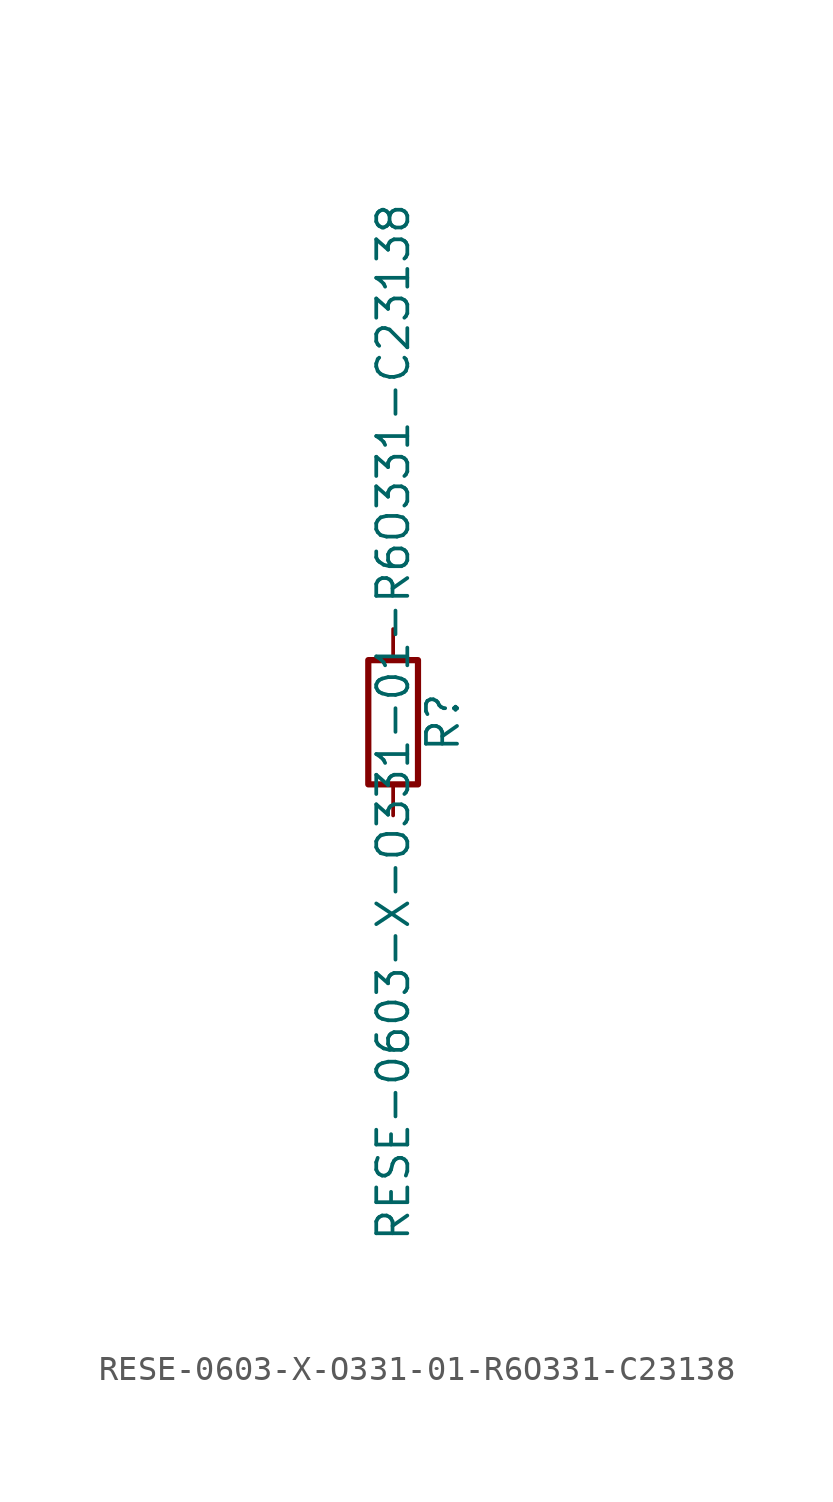
<source format=kicad_sym>
(kicad_symbol_lib
  (version 20211014)
  (generator kicad_symbol_editor)
  (symbol "RESE-0603-X-O331-01-R6O331-C23138"
    (pin_numbers hide)
    (pin_names
      (offset 0))
    (property "Reference" "R"
      (at 2.032 0 90)
      (effects (font (size 1.27 1.27))))
    (property "Value" "RESE-0603-X-O331-01-R6O331-C23138"
      (at 0 0 90)
      (effects (font (size 1.27 1.27))))
    (symbol "RESE-0603-X-O331-01-R6O331-C23138_0_1"
      (rectangle (start -1.016 -2.54) (end 1.016 2.54) (stroke (width 0.254) (type default) (color 0 0 0 0)) (fill (type none))))
    (symbol "RESE-0603-X-O331-01-R6O331-C23138_1_1"
      (pin passive line (at 0 3.81 270) (length 1.27) (name "~" (effects (font (size 1.27 1.27)))) (number "1" (effects (font (size 1.27 1.27)))))
      (pin passive line (at 0 -3.81 90) (length 1.27) (name "~" (effects (font (size 1.27 1.27)))) (number "2" (effects (font (size 1.27 1.27))))))))
</source>
